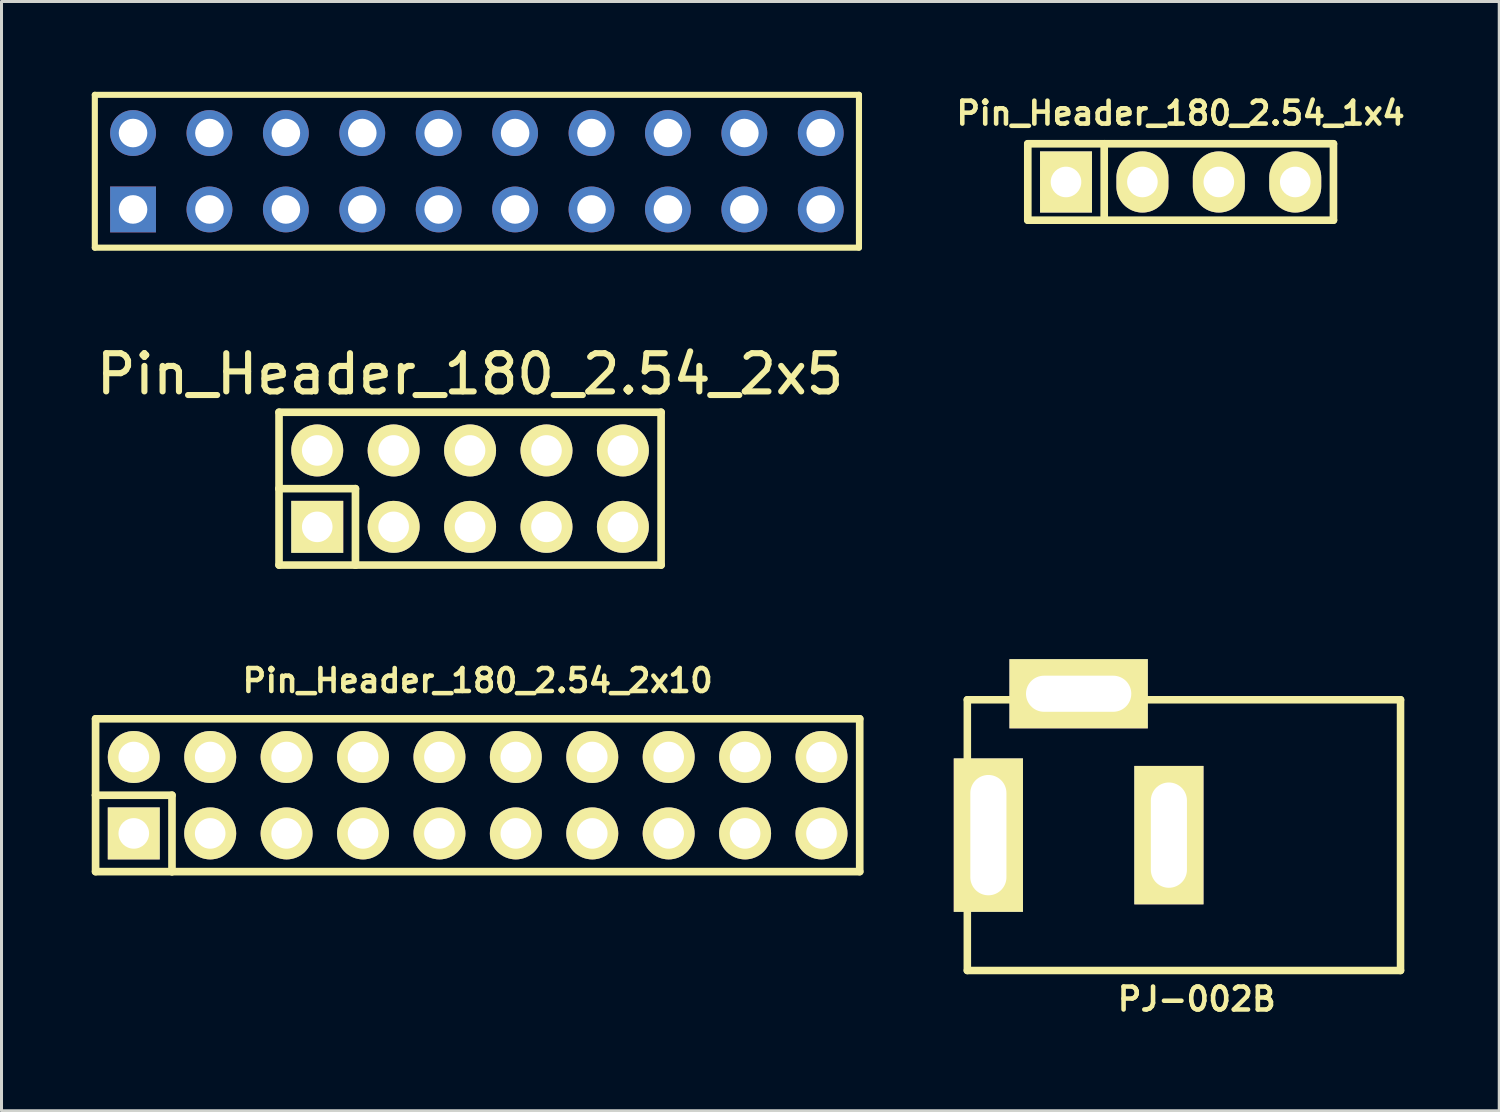
<source format=kicad_pcb>
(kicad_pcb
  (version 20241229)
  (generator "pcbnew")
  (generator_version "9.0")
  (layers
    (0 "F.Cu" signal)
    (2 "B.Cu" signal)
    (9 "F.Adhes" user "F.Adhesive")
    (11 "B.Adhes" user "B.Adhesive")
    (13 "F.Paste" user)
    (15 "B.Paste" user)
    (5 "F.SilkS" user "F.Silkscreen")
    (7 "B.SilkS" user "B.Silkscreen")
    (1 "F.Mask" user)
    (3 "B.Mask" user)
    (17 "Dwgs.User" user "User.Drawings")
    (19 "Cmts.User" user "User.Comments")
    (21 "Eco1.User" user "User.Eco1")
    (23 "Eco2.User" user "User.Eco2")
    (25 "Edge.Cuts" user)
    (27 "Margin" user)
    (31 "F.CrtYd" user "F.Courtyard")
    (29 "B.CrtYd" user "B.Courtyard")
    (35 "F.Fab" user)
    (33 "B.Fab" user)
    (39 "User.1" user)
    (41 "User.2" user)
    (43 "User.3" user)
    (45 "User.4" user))
  (footprint "Pin_Header_180_2.54_2x10"
    (layer "F.Cu")
    (at 12.827 23.383)
    (property "Reference" "Pin_Header_180_2.54_2x10" (at 0 -3.81 0) (layer "F.SilkS") (effects (font (size 0.762 0.762) (thickness 0.152))))
    (attr through_hole)
    (fp_line (start -12.7 -2.54) (end -12.7 0) (stroke (width 0.254) (type solid)) (layer "F.SilkS"))
    (fp_line (start -12.7 0) (end -10.16 0) (stroke (width 0.254) (type solid)) (layer "F.SilkS"))
    (fp_line (start -12.7 2.54) (end -12.7 0) (stroke (width 0.254) (type solid)) (layer "F.SilkS"))
    (fp_line (start -12.7 2.54) (end -10.16 2.54) (stroke (width 0.254) (type solid)) (layer "F.SilkS"))
    (fp_line (start -10.16 0) (end -10.16 2.54) (stroke (width 0.254) (type solid)) (layer "F.SilkS"))
    (fp_line (start -10.16 2.54) (end 12.7 2.54) (stroke (width 0.254) (type solid)) (layer "F.SilkS"))
    (fp_line (start 12.7 -2.54) (end -12.7 -2.54) (stroke (width 0.254) (type solid)) (layer "F.SilkS"))
    (fp_line (start 12.7 -2.54) (end 12.7 2.54) (stroke (width 0.254) (type solid)) (layer "F.SilkS"))
    (pad "1" thru_hole rect (at -11.43 1.27) (size 1.727 1.727) (drill 1.016) (layers "*.Cu" "*.Mask" "F.SilkS"))
    (pad "2" thru_hole oval (at -11.43 -1.27) (size 1.727 1.727) (drill 1.016) (layers "*.Cu" "*.Mask" "F.SilkS"))
    (pad "3" thru_hole oval (at -8.89 1.27) (size 1.727 1.727) (drill 1.016) (layers "*.Cu" "*.Mask" "F.SilkS"))
    (pad "4" thru_hole oval (at -8.89 -1.27) (size 1.727 1.727) (drill 1.016) (layers "*.Cu" "*.Mask" "F.SilkS"))
    (pad "5" thru_hole oval (at -6.35 1.27) (size 1.727 1.727) (drill 1.016) (layers "*.Cu" "*.Mask" "F.SilkS"))
    (pad "6" thru_hole oval (at -6.35 -1.27) (size 1.727 1.727) (drill 1.016) (layers "*.Cu" "*.Mask" "F.SilkS"))
    (pad "7" thru_hole oval (at -3.81 1.27) (size 1.727 1.727) (drill 1.016) (layers "*.Cu" "*.Mask" "F.SilkS"))
    (pad "8" thru_hole oval (at -3.81 -1.27) (size 1.727 1.727) (drill 1.016) (layers "*.Cu" "*.Mask" "F.SilkS"))
    (pad "9" thru_hole oval (at -1.27 1.27) (size 1.727 1.727) (drill 1.016) (layers "*.Cu" "*.Mask" "F.SilkS"))
    (pad "10" thru_hole oval (at -1.27 -1.27) (size 1.727 1.727) (drill 1.016) (layers "*.Cu" "*.Mask" "F.SilkS"))
    (pad "11" thru_hole oval (at 1.27 1.27) (size 1.727 1.727) (drill 1.016) (layers "*.Cu" "*.Mask" "F.SilkS"))
    (pad "12" thru_hole oval (at 1.27 -1.27) (size 1.727 1.727) (drill 1.016) (layers "*.Cu" "*.Mask" "F.SilkS"))
    (pad "13" thru_hole oval (at 3.81 1.27) (size 1.727 1.727) (drill 1.016) (layers "*.Cu" "*.Mask" "F.SilkS"))
    (pad "14" thru_hole oval (at 3.81 -1.27) (size 1.727 1.727) (drill 1.016) (layers "*.Cu" "*.Mask" "F.SilkS"))
    (pad "15" thru_hole oval (at 6.35 1.27) (size 1.727 1.727) (drill 1.016) (layers "*.Cu" "*.Mask" "F.SilkS"))
    (pad "16" thru_hole oval (at 6.35 -1.27) (size 1.727 1.727) (drill 1.016) (layers "*.Cu" "*.Mask" "F.SilkS"))
    (pad "17" thru_hole oval (at 8.89 1.27) (size 1.727 1.727) (drill 1.016) (layers "*.Cu" "*.Mask" "F.SilkS"))
    (pad "18" thru_hole oval (at 8.89 -1.27) (size 1.727 1.727) (drill 1.016) (layers "*.Cu" "*.Mask" "F.SilkS"))
    (pad "19" thru_hole oval (at 11.43 1.27) (size 1.727 1.727) (drill 1.016) (layers "*.Cu" "*.Mask" "F.SilkS"))
    (pad "20" thru_hole oval (at 11.43 -1.27) (size 1.727 1.727) (drill 1.016) (layers "*.Cu" "*.Mask" "F.SilkS")))
  (footprint "Pin_Header_180_2.54_1x4"
    (layer "F.Cu")
    (at 36.194 2.999)
    (property "Reference" "Pin_Header_180_2.54_1x4" (at 0 -2.286 0) (layer "F.SilkS") (effects (font (size 0.762 0.762) (thickness 0.152))))
    (attr through_hole)
    (fp_line (start -5.08 -1.27) (end -5.08 1.27) (stroke (width 0.254) (type solid)) (layer "F.SilkS"))
    (fp_line (start -5.08 -1.27) (end -2.54 -1.27) (stroke (width 0.254) (type solid)) (layer "F.SilkS"))
    (fp_line (start -5.08 1.27) (end -2.54 1.27) (stroke (width 0.254) (type solid)) (layer "F.SilkS"))
    (fp_line (start -2.54 -1.27) (end -2.54 1.27) (stroke (width 0.254) (type solid)) (layer "F.SilkS"))
    (fp_line (start -2.54 -1.27) (end 5.08 -1.27) (stroke (width 0.254) (type solid)) (layer "F.SilkS"))
    (fp_line (start -2.54 1.27) (end 5.08 1.27) (stroke (width 0.254) (type solid)) (layer "F.SilkS"))
    (fp_line (start 5.08 1.27) (end 5.08 -1.27) (stroke (width 0.254) (type solid)) (layer "F.SilkS"))
    (pad "1" thru_hole rect (at -3.81 0) (size 1.727 2.032) (drill 1.016) (layers "*.Cu" "*.Mask" "F.SilkS"))
    (pad "2" thru_hole oval (at -1.27 0) (size 1.727 2.032) (drill 1.016) (layers "*.Cu" "*.Mask" "F.SilkS"))
    (pad "3" thru_hole oval (at 1.27 0) (size 1.727 2.032) (drill 1.016) (layers "*.Cu" "*.Mask" "F.SilkS"))
    (pad "4" thru_hole oval (at 3.81 0) (size 1.727 2.032) (drill 1.016) (layers "*.Cu" "*.Mask" "F.SilkS")))
  (footprint "Pin_Header_180_2.54_2x5"
    (layer "F.Cu")
    (at 12.575 13.193)
    (property "Reference" "Pin_Header_180_2.54_2x5" (at 0 -3.81 0) (layer "F.SilkS") (effects (font (size 1.27 1.27) (thickness 0.203))))
    (attr through_hole)
    (fp_line (start -6.35 -2.54) (end -6.35 0) (stroke (width 0.254) (type solid)) (layer "F.SilkS"))
    (fp_line (start -6.35 -2.54) (end 6.35 -2.54) (stroke (width 0.254) (type solid)) (layer "F.SilkS"))
    (fp_line (start -6.35 0) (end -3.81 0) (stroke (width 0.254) (type solid)) (layer "F.SilkS"))
    (fp_line (start -6.35 2.54) (end -6.35 0) (stroke (width 0.254) (type solid)) (layer "F.SilkS"))
    (fp_line (start -6.35 2.54) (end -3.81 2.54) (stroke (width 0.254) (type solid)) (layer "F.SilkS"))
    (fp_line (start -3.81 0) (end -3.81 2.54) (stroke (width 0.254) (type solid)) (layer "F.SilkS"))
    (fp_line (start 6.35 -2.54) (end 6.35 2.54) (stroke (width 0.254) (type solid)) (layer "F.SilkS"))
    (fp_line (start 6.35 2.54) (end -3.81 2.54) (stroke (width 0.254) (type solid)) (layer "F.SilkS"))
    (pad "1" thru_hole rect (at -5.08 1.27) (size 1.727 1.727) (drill 1.016) (layers "*.Cu" "*.Mask" "F.SilkS"))
    (pad "2" thru_hole oval (at -5.08 -1.27) (size 1.727 1.727) (drill 1.016) (layers "*.Cu" "*.Mask" "F.SilkS"))
    (pad "3" thru_hole oval (at -2.54 1.27) (size 1.727 1.727) (drill 1.016) (layers "*.Cu" "*.Mask" "F.SilkS"))
    (pad "4" thru_hole oval (at -2.54 -1.27) (size 1.727 1.727) (drill 1.016) (layers "*.Cu" "*.Mask" "F.SilkS"))
    (pad "5" thru_hole oval (at 0 1.27) (size 1.727 1.727) (drill 1.016) (layers "*.Cu" "*.Mask" "F.SilkS"))
    (pad "6" thru_hole oval (at 0 -1.27) (size 1.727 1.727) (drill 1.016) (layers "*.Cu" "*.Mask" "F.SilkS"))
    (pad "7" thru_hole oval (at 2.54 1.27) (size 1.727 1.727) (drill 1.016) (layers "*.Cu" "*.Mask" "F.SilkS"))
    (pad "8" thru_hole oval (at 2.54 -1.27) (size 1.727 1.727) (drill 1.016) (layers "*.Cu" "*.Mask" "F.SilkS"))
    (pad "9" thru_hole oval (at 5.08 1.27) (size 1.727 1.727) (drill 1.016) (layers "*.Cu" "*.Mask" "F.SilkS"))
    (pad "10" thru_hole oval (at 5.08 -1.27) (size 1.727 1.727) (drill 1.016) (layers "*.Cu" "*.Mask" "F.SilkS")))
  (footprint "PJ-002B"
    (layer "F.Cu")
    (at 32.804 24.71)
    (property "Reference" "PJ-002B" (at 3.925 5.45 0) (layer "F.SilkS") (effects (font (size 0.762 0.762) (thickness 0.152))))
    (attr through_hole)
    (fp_line (start -3.7 -4.5) (end -3.7 -2.4) (stroke (width 0.25) (type solid)) (layer "F.SilkS"))
    (fp_line (start -3.7 -4.5) (end -2.15 -4.5) (stroke (width 0.25) (type solid)) (layer "F.SilkS"))
    (fp_line (start -3.7 4.5) (end -3.7 2.4) (stroke (width 0.25) (type solid)) (layer "F.SilkS"))
    (fp_line (start 10.7 -4.5) (end 2.15 -4.5) (stroke (width 0.25) (type solid)) (layer "F.SilkS"))
    (fp_line (start 10.7 -4.5) (end 10.7 4.5) (stroke (width 0.25) (type solid)) (layer "F.SilkS"))
    (fp_line (start 10.7 4.5) (end -3.7 4.5) (stroke (width 0.25) (type solid)) (layer "F.SilkS"))
    (pad "1" thru_hole rect (at -3 0) (size 2.3 5.1) (drill oval 1.2 4) (layers "*.Cu" "*.Mask" "F.SilkS"))
    (pad "2" thru_hole rect (at 3 0) (size 2.3 4.6) (drill oval 1.2 3.5) (layers "*.Cu" "*.Mask" "F.SilkS"))
    (pad "3" thru_hole rect (at 0 -4.7 90) (size 2.3 4.6) (drill oval 1.2 3.5) (layers "*.Cu" "*.Mask" "F.SilkS")))
  (footprint "PIN_ARRAY_2X10"
    (layer "F.Cu")
    (at 12.802 2.642)
    (property "Reference" "PIN_ARRAY_2X10" (at 0 0 0) (layer "F.SilkS") (effects (font (size 0.001 0.001) (thickness 0.000001))))
    (attr smd)
    (fp_line (start -12.7 -2.54) (end 12.7 -2.54) (stroke (width 0.203) (type solid)) (layer "F.SilkS"))
    (fp_line (start -12.7 2.54) (end -12.7 -2.54) (stroke (width 0.203) (type solid)) (layer "F.SilkS"))
    (fp_line (start -12.7 2.54) (end 12.7 2.54) (stroke (width 0.203) (type solid)) (layer "F.SilkS"))
    (fp_line (start 12.7 2.54) (end 12.7 -2.54) (stroke (width 0.203) (type solid)) (layer "F.SilkS"))
    (pad "1" thru_hole rect (at -11.43 1.27) (size 1.524 1.524) (drill 0.95) (layers "*.Cu" "*.Mask"))
    (pad "2" thru_hole circle (at -11.43 -1.27) (size 1.524 1.524) (drill 0.95) (layers "*.Cu" "*.Mask"))
    (pad "3" thru_hole circle (at -8.89 1.27) (size 1.524 1.524) (drill 0.95) (layers "*.Cu" "*.Mask"))
    (pad "4" thru_hole circle (at -8.89 -1.27) (size 1.524 1.524) (drill 0.95) (layers "*.Cu" "*.Mask"))
    (pad "5" thru_hole circle (at -6.35 1.27) (size 1.524 1.524) (drill 0.95) (layers "*.Cu" "*.Mask"))
    (pad "6" thru_hole circle (at -6.35 -1.27) (size 1.524 1.524) (drill 0.95) (layers "*.Cu" "*.Mask"))
    (pad "7" thru_hole circle (at -3.81 1.27) (size 1.524 1.524) (drill 0.95) (layers "*.Cu" "*.Mask"))
    (pad "8" thru_hole circle (at -3.81 -1.27) (size 1.524 1.524) (drill 0.95) (layers "*.Cu" "*.Mask"))
    (pad "9" thru_hole circle (at -1.27 1.27) (size 1.524 1.524) (drill 0.95) (layers "*.Cu" "*.Mask"))
    (pad "10" thru_hole circle (at -1.27 -1.27) (size 1.524 1.524) (drill 0.95) (layers "*.Cu" "*.Mask"))
    (pad "11" thru_hole circle (at 1.27 1.27) (size 1.524 1.524) (drill 0.95) (layers "*.Cu" "*.Mask"))
    (pad "12" thru_hole circle (at 1.27 -1.27) (size 1.524 1.524) (drill 0.95) (layers "*.Cu" "*.Mask"))
    (pad "13" thru_hole circle (at 3.81 1.27) (size 1.524 1.524) (drill 0.95) (layers "*.Cu" "*.Mask"))
    (pad "14" thru_hole circle (at 3.81 -1.27) (size 1.524 1.524) (drill 0.95) (layers "*.Cu" "*.Mask"))
    (pad "15" thru_hole circle (at 6.35 1.27) (size 1.524 1.524) (drill 0.95) (layers "*.Cu" "*.Mask"))
    (pad "16" thru_hole circle (at 6.35 -1.27) (size 1.524 1.524) (drill 0.95) (layers "*.Cu" "*.Mask"))
    (pad "17" thru_hole circle (at 8.89 1.27) (size 1.524 1.524) (drill 0.95) (layers "*.Cu" "*.Mask"))
    (pad "18" thru_hole circle (at 8.89 -1.27) (size 1.524 1.524) (drill 0.95) (layers "*.Cu" "*.Mask"))
    (pad "19" thru_hole circle (at 11.43 1.27) (size 1.524 1.524) (drill 0.95) (layers "*.Cu" "*.Mask"))
    (pad "20" thru_hole circle (at 11.43 -1.27) (size 1.524 1.524) (drill 0.95) (layers "*.Cu" "*.Mask")))
  (gr_rect
    (start -3 -3)
    (end 46.785 33.873)
    (stroke (width 0.1) (type default))
    (fill no)
    (layer "Edge.Cuts")))
</source>
